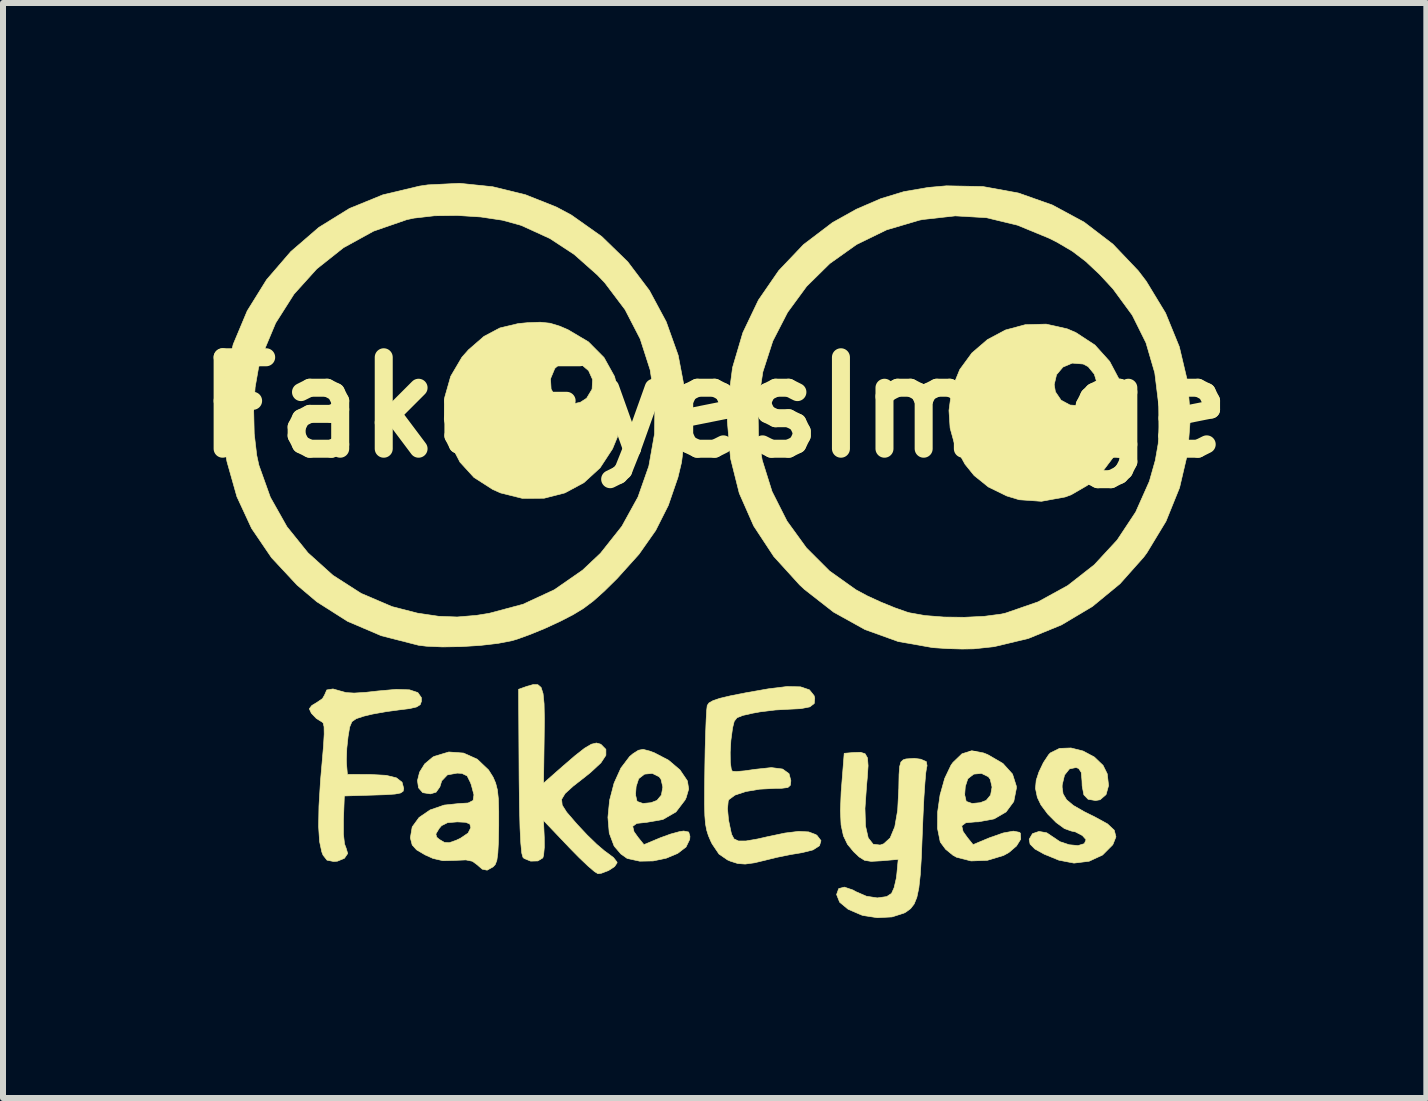
<source format=kicad_pcb>
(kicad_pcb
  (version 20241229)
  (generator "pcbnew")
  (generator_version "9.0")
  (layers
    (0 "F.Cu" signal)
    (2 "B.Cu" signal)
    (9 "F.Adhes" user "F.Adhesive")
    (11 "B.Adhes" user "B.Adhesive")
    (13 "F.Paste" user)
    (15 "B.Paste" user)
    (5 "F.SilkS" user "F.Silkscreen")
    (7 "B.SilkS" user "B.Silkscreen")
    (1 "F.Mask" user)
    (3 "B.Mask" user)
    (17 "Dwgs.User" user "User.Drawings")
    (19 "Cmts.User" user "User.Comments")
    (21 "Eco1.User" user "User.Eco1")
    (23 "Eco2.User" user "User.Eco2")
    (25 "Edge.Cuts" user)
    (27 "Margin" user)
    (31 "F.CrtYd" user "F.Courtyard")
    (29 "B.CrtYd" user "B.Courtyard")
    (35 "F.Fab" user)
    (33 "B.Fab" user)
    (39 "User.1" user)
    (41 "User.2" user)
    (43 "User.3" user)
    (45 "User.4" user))
  (footprint "FakeEyesImage"
    (layer "F.Cu")
    (at 8.861 3.739)
    (property "Reference" "FakeEyesImage" (at 0 0 0) (layer "F.SilkS") (effects (font (size 1.524 1.524) (thickness 0.3))))
    (attr through_hole)
    (fp_poly (pts (xy 5.874 -1.309) (xy 6.019 -1.247) (xy 6.337 -1.039) (xy 6.583 -0.766) (xy 6.753 -0.445) (xy 6.839 -0.087) (xy 6.835 0.29) (xy 6.784 0.532) (xy 6.658 0.813) (xy 6.459 1.077) (xy 6.211 1.301) (xy 5.94 1.458) (xy 5.841 1.494) (xy 5.446 1.566) (xy 5.076 1.54) (xy 4.868 1.477) (xy 4.561 1.327) (xy 4.324 1.136) (xy 4.173 0.949) (xy 4.009 0.653) (xy 3.924 0.345) (xy 3.905 0.053) (xy 3.953 -0.307) (xy 3.982 -0.378) (xy 5.659 -0.378) (xy 5.679 -0.259) (xy 5.773 -0.12) (xy 5.922 -0.039) (xy 6.094 -0.027) (xy 6.258 -0.09) (xy 6.281 -0.108) (xy 6.363 -0.234) (xy 6.376 -0.394) (xy 6.327 -0.553) (xy 6.225 -0.678) (xy 6.142 -0.722) (xy 5.96 -0.737) (xy 5.805 -0.671) (xy 5.698 -0.545) (xy 5.659 -0.378) (xy 3.982 -0.378) (xy 4.085 -0.63) (xy 4.287 -0.906) (xy 4.546 -1.129) (xy 4.847 -1.289) (xy 5.178 -1.378) (xy 5.525 -1.387) (xy 5.874 -1.309)) (stroke (width 0.01) (type solid)) (fill yes) (layer "F.SilkS"))
    (fp_poly (pts (xy -2.743 -1.402) (xy -2.582 -1.353) (xy -2.445 -1.294) (xy -2.104 -1.092) (xy -1.844 -0.83) (xy -1.668 -0.513) (xy -1.58 -0.144) (xy -1.569 0.061) (xy -1.581 0.304) (xy -1.622 0.497) (xy -1.702 0.691) (xy -1.91 1.009) (xy -2.18 1.256) (xy -2.496 1.426) (xy -2.843 1.515) (xy -3.205 1.517) (xy -3.567 1.427) (xy -3.7 1.368) (xy -4.012 1.168) (xy -4.245 0.913) (xy -4.414 0.587) (xy -4.421 0.57) (xy -4.507 0.202) (xy -4.499 -0.167) (xy -4.411 -0.476) (xy -2.736 -0.476) (xy -2.726 -0.305) (xy -2.646 -0.162) (xy -2.507 -0.07) (xy -2.388 -0.051) (xy -2.238 -0.085) (xy -2.134 -0.152) (xy -2.043 -0.303) (xy -2.035 -0.464) (xy -2.101 -0.611) (xy -2.227 -0.718) (xy -2.403 -0.762) (xy -2.41 -0.762) (xy -2.572 -0.731) (xy -2.664 -0.649) (xy -2.736 -0.476) (xy -4.411 -0.476) (xy -4.399 -0.518) (xy -4.212 -0.836) (xy -4.102 -0.96) (xy -3.845 -1.183) (xy -3.58 -1.323) (xy -3.275 -1.396) (xy -3.119 -1.411) (xy -2.905 -1.419) (xy -2.743 -1.402)) (stroke (width 0.01) (type solid)) (fill yes) (layer "F.SilkS"))
    (fp_poly (pts (xy 4.481 5.76) (xy 4.551 5.788) (xy 4.804 5.935) (xy 4.964 6.112) (xy 5.028 6.314) (xy 5.029 6.346) (xy 4.985 6.57) (xy 4.857 6.743) (xy 4.658 6.859) (xy 4.396 6.908) (xy 4.346 6.909) (xy 4.185 6.924) (xy 4.118 6.975) (xy 4.14 7.069) (xy 4.211 7.169) (xy 4.307 7.288) (xy 4.58 7.174) (xy 4.808 7.094) (xy 4.979 7.063) (xy 5.081 7.083) (xy 5.096 7.099) (xy 5.101 7.197) (xy 5.03 7.311) (xy 4.904 7.419) (xy 4.814 7.469) (xy 4.544 7.55) (xy 4.273 7.56) (xy 4.033 7.499) (xy 3.974 7.467) (xy 3.849 7.365) (xy 3.764 7.25) (xy 3.758 7.236) (xy 3.714 7.017) (xy 3.716 6.745) (xy 3.757 6.457) (xy 4.167 6.457) (xy 4.19 6.558) (xy 4.199 6.57) (xy 4.291 6.602) (xy 4.426 6.589) (xy 4.525 6.551) (xy 4.599 6.462) (xy 4.623 6.329) (xy 4.593 6.2) (xy 4.562 6.157) (xy 4.447 6.101) (xy 4.318 6.113) (xy 4.223 6.187) (xy 4.218 6.194) (xy 4.177 6.32) (xy 4.167 6.457) (xy 3.757 6.457) (xy 3.758 6.456) (xy 3.834 6.184) (xy 3.939 5.964) (xy 3.972 5.918) (xy 4.122 5.774) (xy 4.285 5.723) (xy 4.481 5.76)) (stroke (width 0.01) (type solid)) (fill yes) (layer "F.SilkS"))
    (fp_poly (pts (xy -2.947 4.622) (xy -2.893 4.668) (xy -2.86 4.771) (xy -2.843 4.941) (xy -2.838 5.191) (xy -2.841 5.484) (xy -2.852 6.264) (xy -2.541 5.99) (xy -2.325 5.804) (xy -2.168 5.681) (xy -2.054 5.614) (xy -1.971 5.594) (xy -1.903 5.613) (xy -1.893 5.619) (xy -1.813 5.7) (xy -1.813 5.799) (xy -1.896 5.925) (xy -2.066 6.083) (xy -2.154 6.154) (xy -2.361 6.316) (xy -2.492 6.435) (xy -2.551 6.533) (xy -2.541 6.63) (xy -2.467 6.747) (xy -2.33 6.906) (xy -2.287 6.955) (xy -2.125 7.128) (xy -1.966 7.282) (xy -1.836 7.393) (xy -1.795 7.422) (xy -1.686 7.504) (xy -1.629 7.577) (xy -1.626 7.591) (xy -1.668 7.654) (xy -1.769 7.72) (xy -1.888 7.765) (xy -1.945 7.773) (xy -2.002 7.738) (xy -2.113 7.643) (xy -2.26 7.503) (xy -2.429 7.331) (xy -2.43 7.329) (xy -2.853 6.885) (xy -2.84 7.167) (xy -2.839 7.334) (xy -2.851 7.463) (xy -2.864 7.509) (xy -2.947 7.56) (xy -3.067 7.563) (xy -3.175 7.519) (xy -3.195 7.5) (xy -3.215 7.429) (xy -3.231 7.266) (xy -3.244 7.011) (xy -3.253 6.659) (xy -3.259 6.21) (xy -3.26 6.065) (xy -3.268 4.699) (xy -3.13 4.65) (xy -3.024 4.62) (xy -2.947 4.622)) (stroke (width 0.01) (type solid)) (fill yes) (layer "F.SilkS"))
    (fp_poly (pts (xy -1.085 5.728) (xy -1.006 5.757) (xy -0.77 5.88) (xy -0.579 6.042) (xy -0.458 6.22) (xy -0.453 6.234) (xy -0.433 6.361) (xy -0.476 6.508) (xy -0.494 6.545) (xy -0.645 6.743) (xy -0.863 6.869) (xy -1.136 6.917) (xy -1.138 6.917) (xy -1.299 6.934) (xy -1.366 6.983) (xy -1.344 7.073) (xy -1.275 7.169) (xy -1.179 7.288) (xy -0.906 7.174) (xy -0.735 7.112) (xy -0.585 7.071) (xy -0.516 7.061) (xy -0.433 7.078) (xy -0.412 7.149) (xy -0.416 7.201) (xy -0.477 7.327) (xy -0.616 7.434) (xy -0.807 7.514) (xy -1.026 7.56) (xy -1.249 7.564) (xy -1.452 7.52) (xy -1.46 7.517) (xy -1.563 7.444) (xy -1.665 7.325) (xy -1.679 7.304) (xy -1.757 7.095) (xy -1.779 6.833) (xy -1.751 6.547) (xy -1.727 6.457) (xy -1.319 6.457) (xy -1.296 6.558) (xy -1.287 6.57) (xy -1.195 6.602) (xy -1.061 6.589) (xy -0.962 6.551) (xy -0.888 6.462) (xy -0.864 6.329) (xy -0.894 6.2) (xy -0.925 6.157) (xy -1.039 6.101) (xy -1.168 6.113) (xy -1.264 6.187) (xy -1.268 6.194) (xy -1.309 6.32) (xy -1.319 6.457) (xy -1.727 6.457) (xy -1.677 6.264) (xy -1.563 6.012) (xy -1.417 5.819) (xy -1.362 5.773) (xy -1.271 5.715) (xy -1.193 5.7) (xy -1.085 5.728)) (stroke (width 0.01) (type solid)) (fill yes) (layer "F.SilkS"))
    (fp_poly (pts (xy 6.141 5.728) (xy 6.328 5.828) (xy 6.473 5.967) (xy 6.543 6.108) (xy 6.565 6.304) (xy 6.523 6.454) (xy 6.424 6.54) (xy 6.348 6.553) (xy 6.224 6.532) (xy 6.153 6.458) (xy 6.125 6.311) (xy 6.122 6.224) (xy 6.11 6.085) (xy 6.067 6.019) (xy 6.023 6.003) (xy 5.913 6.026) (xy 5.831 6.129) (xy 5.792 6.292) (xy 5.791 6.331) (xy 5.807 6.443) (xy 5.865 6.54) (xy 5.978 6.635) (xy 6.163 6.741) (xy 6.341 6.829) (xy 6.547 6.942) (xy 6.66 7.048) (xy 6.688 7.158) (xy 6.638 7.284) (xy 6.633 7.292) (xy 6.465 7.461) (xy 6.241 7.565) (xy 5.988 7.596) (xy 5.736 7.547) (xy 5.492 7.447) (xy 5.337 7.361) (xy 5.257 7.28) (xy 5.242 7.198) (xy 5.297 7.105) (xy 5.406 7.068) (xy 5.535 7.091) (xy 5.633 7.157) (xy 5.755 7.239) (xy 5.909 7.29) (xy 6.056 7.304) (xy 6.159 7.272) (xy 6.163 7.267) (xy 6.19 7.206) (xy 6.13 7.138) (xy 6.124 7.134) (xy 6.013 7.076) (xy 5.943 7.061) (xy 5.83 7.021) (xy 5.691 6.919) (xy 5.552 6.779) (xy 5.438 6.626) (xy 5.378 6.501) (xy 5.347 6.351) (xy 5.359 6.216) (xy 5.404 6.078) (xy 5.479 5.921) (xy 5.565 5.791) (xy 5.594 5.76) (xy 5.747 5.684) (xy 5.939 5.677) (xy 6.141 5.728)) (stroke (width 0.01) (type solid)) (fill yes) (layer "F.SilkS"))
    (fp_poly (pts (xy -6.245 4.726) (xy -6.143 4.754) (xy -6.008 4.762) (xy -5.816 4.75) (xy -5.621 4.728) (xy -5.308 4.7) (xy -5.085 4.708) (xy -4.947 4.754) (xy -4.888 4.838) (xy -4.887 4.899) (xy -4.908 4.956) (xy -4.967 4.993) (xy -5.085 5.021) (xy -5.264 5.043) (xy -5.485 5.073) (xy -5.701 5.112) (xy -5.848 5.147) (xy -5.975 5.189) (xy -6.046 5.239) (xy -6.083 5.328) (xy -6.11 5.488) (xy -6.11 5.489) (xy -6.131 5.683) (xy -6.138 5.867) (xy -6.136 5.941) (xy -6.121 6.117) (xy -5.736 6.119) (xy -5.476 6.133) (xy -5.304 6.175) (xy -5.21 6.248) (xy -5.182 6.354) (xy -5.192 6.398) (xy -5.234 6.427) (xy -5.327 6.445) (xy -5.488 6.456) (xy -5.677 6.462) (xy -6.172 6.477) (xy -6.187 6.876) (xy -6.187 7.113) (xy -6.169 7.277) (xy -6.143 7.345) (xy -6.116 7.436) (xy -6.171 7.516) (xy -6.287 7.564) (xy -6.351 7.569) (xy -6.461 7.547) (xy -6.527 7.463) (xy -6.548 7.409) (xy -6.585 7.236) (xy -6.601 6.983) (xy -6.595 6.646) (xy -6.569 6.218) (xy -6.543 5.922) (xy -6.519 5.64) (xy -6.508 5.446) (xy -6.51 5.324) (xy -6.525 5.261) (xy -6.544 5.244) (xy -6.638 5.186) (xy -6.722 5.098) (xy -6.756 5.024) (xy -6.715 4.97) (xy -6.629 4.918) (xy -6.536 4.854) (xy -6.502 4.795) (xy -6.465 4.71) (xy -6.361 4.693) (xy -6.245 4.726)) (stroke (width 0.01) (type solid)) (fill yes) (layer "F.SilkS"))
    (fp_poly (pts (xy -4.185 5.762) (xy -3.957 5.864) (xy -3.768 6.044) (xy -3.693 6.163) (xy -3.65 6.263) (xy -3.621 6.376) (xy -3.605 6.525) (xy -3.599 6.733) (xy -3.599 6.976) (xy -3.604 7.244) (xy -3.614 7.429) (xy -3.63 7.549) (xy -3.657 7.62) (xy -3.692 7.658) (xy -3.792 7.714) (xy -3.874 7.697) (xy -3.959 7.623) (xy -4.039 7.565) (xy -4.146 7.543) (xy -4.314 7.55) (xy -4.327 7.551) (xy -4.529 7.556) (xy -4.695 7.518) (xy -4.826 7.459) (xy -4.968 7.375) (xy -5.041 7.294) (xy -5.069 7.186) (xy -5.071 7.171) (xy -5.061 7.111) (xy -4.647 7.111) (xy -4.632 7.165) (xy -4.589 7.201) (xy -4.505 7.251) (xy -4.424 7.256) (xy -4.309 7.216) (xy -4.237 7.182) (xy -4.11 7.096) (xy -4.064 7.005) (xy -4.081 6.944) (xy -4.15 6.916) (xy -4.29 6.909) (xy -4.452 6.922) (xy -4.552 6.972) (xy -4.595 7.023) (xy -4.647 7.111) (xy -5.061 7.111) (xy -5.041 6.993) (xy -4.926 6.835) (xy -4.743 6.71) (xy -4.509 6.629) (xy -4.269 6.604) (xy -4.109 6.594) (xy -4.026 6.552) (xy -4.012 6.458) (xy -4.055 6.296) (xy -4.069 6.256) (xy -4.125 6.143) (xy -4.212 6.101) (xy -4.291 6.096) (xy -4.455 6.126) (xy -4.549 6.225) (xy -4.58 6.325) (xy -4.643 6.414) (xy -4.737 6.442) (xy -4.865 6.422) (xy -4.936 6.341) (xy -4.953 6.22) (xy -4.918 6.08) (xy -4.833 5.943) (xy -4.701 5.832) (xy -4.675 5.817) (xy -4.431 5.744) (xy -4.185 5.762)) (stroke (width 0.01) (type solid)) (fill yes) (layer "F.SilkS"))
    (fp_poly (pts (xy 2.507 5.773) (xy 2.547 5.843) (xy 2.557 5.973) (xy 2.543 6.18) (xy 2.532 6.299) (xy 2.505 6.685) (xy 2.514 6.977) (xy 2.559 7.175) (xy 2.641 7.281) (xy 2.758 7.295) (xy 2.818 7.274) (xy 2.925 7.176) (xy 3.002 6.991) (xy 3.05 6.715) (xy 3.069 6.345) (xy 3.069 6.335) (xy 3.073 6.12) (xy 3.083 5.986) (xy 3.104 5.911) (xy 3.142 5.875) (xy 3.188 5.86) (xy 3.327 5.85) (xy 3.434 5.864) (xy 3.527 5.904) (xy 3.54 5.974) (xy 3.531 6.009) (xy 3.518 6.094) (xy 3.504 6.262) (xy 3.488 6.496) (xy 3.474 6.778) (xy 3.461 7.091) (xy 3.46 7.117) (xy 3.445 7.497) (xy 3.427 7.79) (xy 3.403 8.008) (xy 3.37 8.166) (xy 3.325 8.277) (xy 3.265 8.355) (xy 3.186 8.413) (xy 3.156 8.429) (xy 2.956 8.493) (xy 2.712 8.506) (xy 2.472 8.469) (xy 2.447 8.461) (xy 2.224 8.365) (xy 2.083 8.248) (xy 2.032 8.12) (xy 2.032 8.119) (xy 2.067 8.021) (xy 2.162 7.996) (xy 2.306 8.045) (xy 2.354 8.072) (xy 2.529 8.148) (xy 2.711 8.176) (xy 2.867 8.154) (xy 2.948 8.101) (xy 2.991 8.005) (xy 3.026 7.854) (xy 3.036 7.779) (xy 3.059 7.534) (xy 2.775 7.558) (xy 2.608 7.567) (xy 2.499 7.55) (xy 2.408 7.493) (xy 2.317 7.407) (xy 2.214 7.283) (xy 2.146 7.141) (xy 2.107 6.96) (xy 2.096 6.724) (xy 2.108 6.414) (xy 2.119 6.274) (xy 2.159 5.766) (xy 2.311 5.753) (xy 2.431 5.749) (xy 2.507 5.773)) (stroke (width 0.01) (type solid)) (fill yes) (layer "F.SilkS"))
    (fp_poly (pts (xy 1.431 4.658) (xy 1.579 4.708) (xy 1.657 4.805) (xy 1.668 4.846) (xy 1.66 4.935) (xy 1.586 4.992) (xy 1.435 5.022) (xy 1.245 5.031) (xy 1.011 5.044) (xy 0.757 5.075) (xy 0.636 5.097) (xy 0.468 5.135) (xy 0.373 5.173) (xy 0.326 5.232) (xy 0.301 5.332) (xy 0.296 5.361) (xy 0.27 5.553) (xy 0.259 5.747) (xy 0.261 5.917) (xy 0.277 6.032) (xy 0.295 6.065) (xy 0.363 6.07) (xy 0.5 6.058) (xy 0.673 6.033) (xy 0.945 6.004) (xy 1.132 6.028) (xy 1.239 6.105) (xy 1.27 6.222) (xy 1.262 6.298) (xy 1.22 6.336) (xy 1.118 6.349) (xy 1.018 6.35) (xy 0.748 6.364) (xy 0.514 6.404) (xy 0.338 6.463) (xy 0.238 6.537) (xy 0.226 6.561) (xy 0.214 6.691) (xy 0.231 6.878) (xy 0.274 7.083) (xy 0.284 7.12) (xy 0.322 7.192) (xy 0.396 7.227) (xy 0.523 7.227) (xy 0.719 7.193) (xy 0.863 7.16) (xy 1.171 7.095) (xy 1.4 7.067) (xy 1.567 7.076) (xy 1.686 7.121) (xy 1.705 7.134) (xy 1.772 7.222) (xy 1.747 7.306) (xy 1.639 7.376) (xy 1.456 7.422) (xy 1.442 7.424) (xy 1.25 7.456) (xy 1.022 7.503) (xy 0.882 7.538) (xy 0.663 7.591) (xy 0.509 7.612) (xy 0.385 7.603) (xy 0.26 7.563) (xy 0.214 7.543) (xy 0.072 7.445) (xy -0.043 7.275) (xy -0.066 7.228) (xy -0.105 7.137) (xy -0.133 7.047) (xy -0.153 6.941) (xy -0.164 6.802) (xy -0.169 6.613) (xy -0.168 6.357) (xy -0.164 6.02) (xy -0.159 5.712) (xy -0.151 5.436) (xy -0.142 5.208) (xy -0.133 5.047) (xy -0.124 4.97) (xy -0.124 4.969) (xy -0.095 4.927) (xy -0.029 4.889) (xy 0.088 4.849) (xy 0.267 4.807) (xy 0.521 4.757) (xy 0.862 4.697) (xy 0.897 4.691) (xy 1.206 4.653) (xy 1.431 4.658)) (stroke (width 0.01) (type solid)) (fill yes) (layer "F.SilkS"))
    (fp_poly (pts (xy 4.471 -3.68) (xy 5.063 -3.572) (xy 5.629 -3.372) (xy 6.157 -3.087) (xy 6.637 -2.72) (xy 7.059 -2.277) (xy 7.194 -2.1) (xy 7.515 -1.571) (xy 7.744 -1.01) (xy 7.882 -0.427) (xy 7.929 0.166) (xy 7.884 0.759) (xy 7.748 1.34) (xy 7.522 1.899) (xy 7.204 2.424) (xy 7.151 2.496) (xy 6.756 2.94) (xy 6.294 3.32) (xy 5.78 3.626) (xy 5.228 3.852) (xy 4.655 3.989) (xy 4.318 4.025) (xy 4.124 4.028) (xy 3.881 4.021) (xy 3.64 4.005) (xy 3.632 4.004) (xy 3.059 3.903) (xy 2.506 3.704) (xy 1.982 3.413) (xy 1.494 3.032) (xy 1.416 2.959) (xy 0.985 2.485) (xy 0.65 1.976) (xy 0.41 1.431) (xy 0.264 0.849) (xy 0.211 0.227) (xy 0.217 -0.048) (xy 0.218 -0.052) (xy 0.721 -0.052) (xy 0.731 0.504) (xy 0.792 0.879) (xy 0.956 1.402) (xy 1.205 1.895) (xy 1.529 2.342) (xy 1.915 2.728) (xy 2.354 3.04) (xy 2.541 3.141) (xy 2.77 3.246) (xy 3.003 3.341) (xy 3.201 3.411) (xy 3.251 3.425) (xy 3.505 3.47) (xy 3.821 3.495) (xy 4.163 3.499) (xy 4.493 3.483) (xy 4.775 3.446) (xy 4.853 3.428) (xy 5.39 3.242) (xy 5.885 2.97) (xy 6.327 2.624) (xy 6.708 2.212) (xy 7.017 1.745) (xy 7.245 1.233) (xy 7.344 0.883) (xy 7.392 0.607) (xy 7.411 0.326) (xy 7.404 -0.007) (xy 7.403 -0.021) (xy 7.335 -0.575) (xy 7.189 -1.075) (xy 6.96 -1.536) (xy 6.639 -1.974) (xy 6.416 -2.215) (xy 6.184 -2.433) (xy 5.963 -2.601) (xy 5.707 -2.752) (xy 5.578 -2.817) (xy 5.047 -3.036) (xy 4.529 -3.161) (xy 4.009 -3.191) (xy 3.472 -3.131) (xy 3.414 -3.12) (xy 2.865 -2.958) (xy 2.365 -2.714) (xy 1.919 -2.397) (xy 1.533 -2.017) (xy 1.215 -1.583) (xy 0.969 -1.105) (xy 0.803 -0.591) (xy 0.721 -0.052) (xy 0.218 -0.052) (xy 0.298 -0.663) (xy 0.47 -1.245) (xy 0.729 -1.787) (xy 1.068 -2.279) (xy 1.481 -2.713) (xy 1.963 -3.079) (xy 2.362 -3.302) (xy 2.769 -3.478) (xy 3.153 -3.595) (xy 3.56 -3.665) (xy 3.863 -3.692) (xy 4.471 -3.68)) (stroke (width 0.01) (type solid)) (fill yes) (layer "F.SilkS"))
    (fp_poly (pts (xy -3.7 -3.677) (xy -3.152 -3.543) (xy -2.635 -3.337) (xy -2.387 -3.204) (xy -1.882 -2.847) (xy -1.448 -2.425) (xy -1.088 -1.948) (xy -0.807 -1.425) (xy -0.608 -0.867) (xy -0.497 -0.284) (xy -0.477 0.314) (xy -0.552 0.916) (xy -0.612 1.167) (xy -0.772 1.633) (xy -0.983 2.052) (xy -1.262 2.449) (xy -1.624 2.851) (xy -1.624 2.851) (xy -1.843 3.067) (xy -2.021 3.226) (xy -2.186 3.35) (xy -2.362 3.457) (xy -2.578 3.568) (xy -2.591 3.574) (xy -2.832 3.685) (xy -3.078 3.786) (xy -3.291 3.863) (xy -3.378 3.889) (xy -3.612 3.934) (xy -3.906 3.968) (xy -4.226 3.988) (xy -4.537 3.993) (xy -4.805 3.981) (xy -4.936 3.965) (xy -5.557 3.806) (xy -6.119 3.566) (xy -6.63 3.241) (xy -6.96 2.962) (xy -7.386 2.505) (xy -7.718 2.017) (xy -7.963 1.488) (xy -8.128 0.905) (xy -8.16 0.736) (xy -8.212 0.13) (xy -8.206 0.047) (xy -7.683 0.047) (xy -7.674 0.439) (xy -7.632 0.8) (xy -7.596 0.965) (xy -7.405 1.499) (xy -7.129 1.989) (xy -6.778 2.425) (xy -6.363 2.799) (xy -5.892 3.101) (xy -5.377 3.321) (xy -4.953 3.43) (xy -4.602 3.482) (xy -4.292 3.494) (xy -3.97 3.467) (xy -3.759 3.433) (xy -3.194 3.282) (xy -2.672 3.04) (xy -2.201 2.713) (xy -1.903 2.432) (xy -1.547 1.983) (xy -1.278 1.495) (xy -1.097 0.979) (xy -1.003 0.447) (xy -0.995 -0.092) (xy -1.075 -0.624) (xy -1.241 -1.14) (xy -1.493 -1.628) (xy -1.832 -2.077) (xy -1.956 -2.207) (xy -2.342 -2.549) (xy -2.746 -2.814) (xy -3.205 -3.024) (xy -3.239 -3.037) (xy -3.537 -3.119) (xy -3.898 -3.173) (xy -4.287 -3.198) (xy -4.67 -3.193) (xy -5.011 -3.154) (xy -5.132 -3.128) (xy -5.684 -2.937) (xy -6.186 -2.661) (xy -6.631 -2.308) (xy -7.011 -1.887) (xy -7.317 -1.405) (xy -7.541 -0.87) (xy -7.602 -0.66) (xy -7.659 -0.334) (xy -7.683 0.047) (xy -8.206 0.047) (xy -8.166 -0.469) (xy -8.024 -1.051) (xy -7.791 -1.607) (xy -7.468 -2.127) (xy -7.065 -2.595) (xy -6.597 -2.999) (xy -6.088 -3.314) (xy -5.53 -3.542) (xy -4.916 -3.688) (xy -4.779 -3.708) (xy -4.251 -3.734) (xy -3.7 -3.677)) (stroke (width 0.01) (type solid)) (fill yes) (layer "F.SilkS")))
  (gr_rect
    (start -3 -3)
    (end 20.722 15.25)
    (stroke (width 0.1) (type default))
    (fill no)
    (layer "Edge.Cuts")))
</source>
